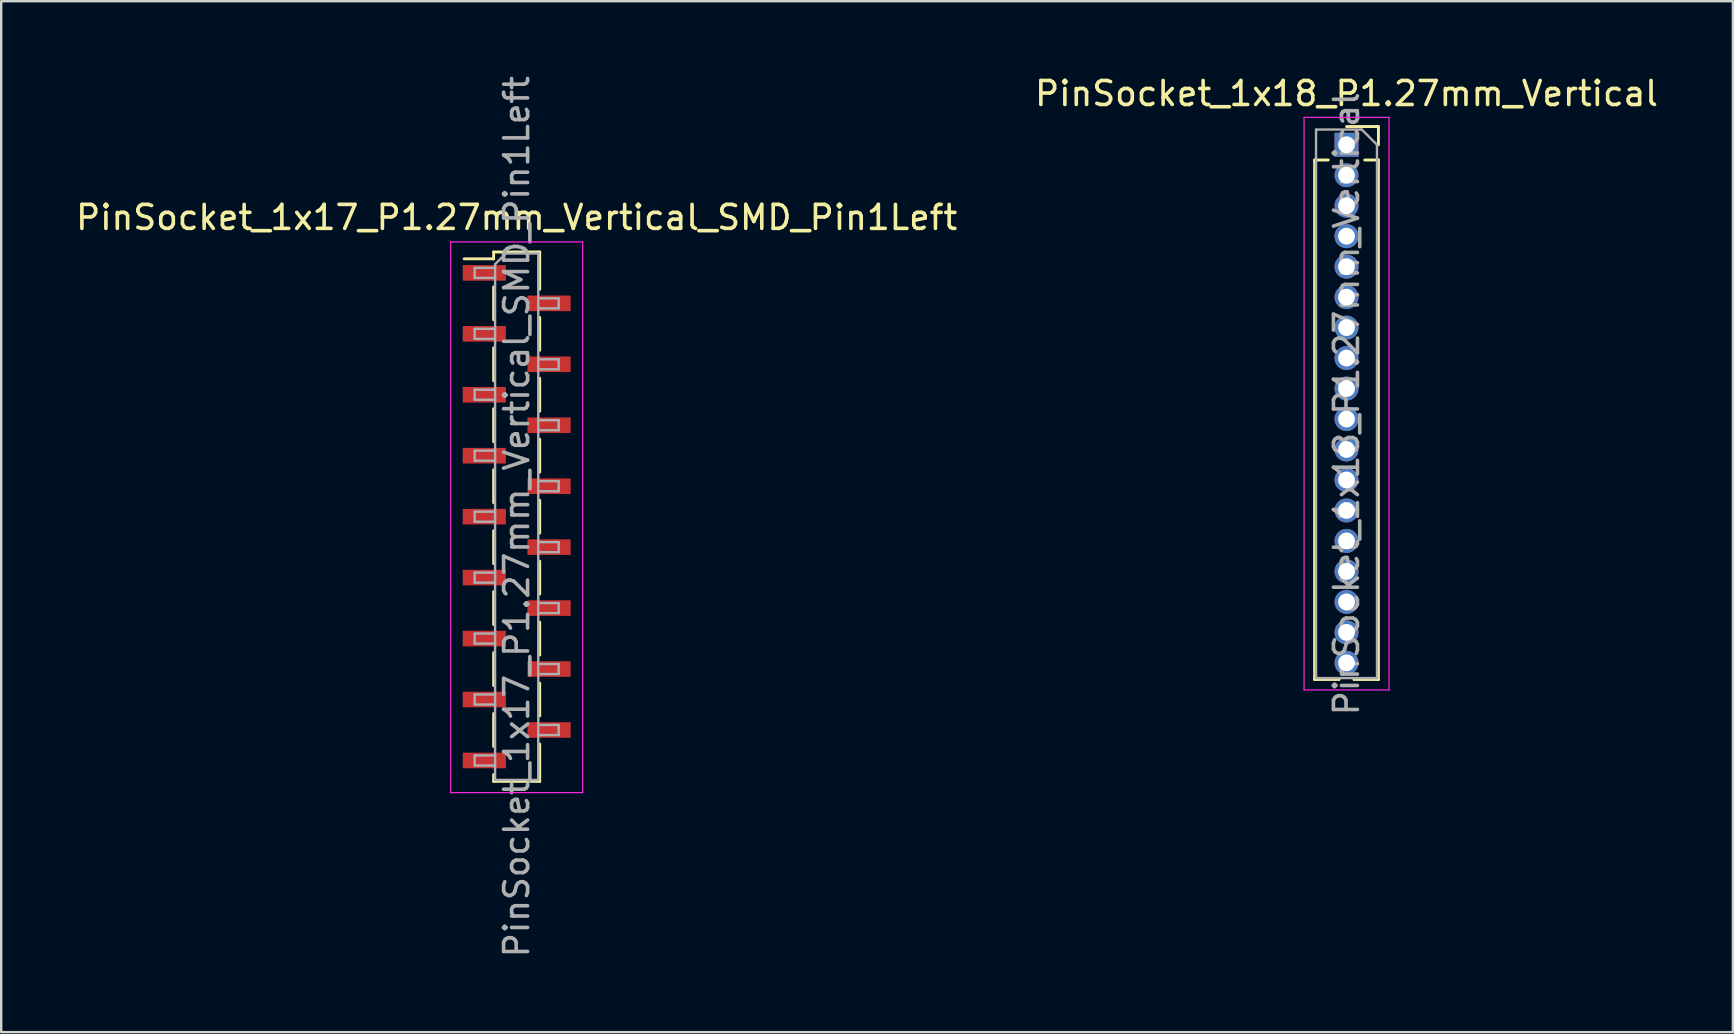
<source format=kicad_pcb>
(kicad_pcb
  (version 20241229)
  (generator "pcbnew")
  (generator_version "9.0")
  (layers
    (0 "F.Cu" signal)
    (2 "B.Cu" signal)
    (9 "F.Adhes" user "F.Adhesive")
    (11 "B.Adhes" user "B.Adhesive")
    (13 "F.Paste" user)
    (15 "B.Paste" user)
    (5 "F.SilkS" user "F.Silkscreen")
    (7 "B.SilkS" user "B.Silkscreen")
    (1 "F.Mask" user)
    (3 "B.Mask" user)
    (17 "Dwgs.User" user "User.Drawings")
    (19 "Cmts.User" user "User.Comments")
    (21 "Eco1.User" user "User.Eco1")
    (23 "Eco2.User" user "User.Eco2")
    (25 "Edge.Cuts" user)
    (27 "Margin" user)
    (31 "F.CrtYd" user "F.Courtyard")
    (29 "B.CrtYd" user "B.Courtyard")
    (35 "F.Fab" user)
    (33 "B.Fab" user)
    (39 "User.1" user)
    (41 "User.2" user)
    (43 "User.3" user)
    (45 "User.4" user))
  (footprint "PinSocket_1x18_P1.27mm_Vertical"
    (layer "F.Cu")
    (at 53.065 2.983)
    (property "Reference" "PinSocket_1x18_P1.27mm_Vertical" (at 0 -2.135 0) (layer "F.SilkS") (effects (font (size 1 1) (thickness 0.15))))
    (attr through_hole)
    (fp_line (start -1.33 0.635) (end -1.33 22.285) (stroke (width 0.12) (type solid)) (layer "F.SilkS"))
    (fp_line (start -1.33 0.635) (end -0.76 0.635) (stroke (width 0.12) (type solid)) (layer "F.SilkS"))
    (fp_line (start -1.33 22.285) (end -0.308 22.285) (stroke (width 0.12) (type solid)) (layer "F.SilkS"))
    (fp_line (start 0 -0.76) (end 1.33 -0.76) (stroke (width 0.12) (type solid)) (layer "F.SilkS"))
    (fp_line (start 0.308 22.285) (end 1.33 22.285) (stroke (width 0.12) (type solid)) (layer "F.SilkS"))
    (fp_line (start 0.76 0.635) (end 1.33 0.635) (stroke (width 0.12) (type solid)) (layer "F.SilkS"))
    (fp_line (start 1.33 -0.76) (end 1.33 0) (stroke (width 0.12) (type solid)) (layer "F.SilkS"))
    (fp_line (start 1.33 0.635) (end 1.33 22.285) (stroke (width 0.12) (type solid)) (layer "F.SilkS"))
    (fp_line (start -1.77 -1.14) (end 1.77 -1.14) (stroke (width 0.05) (type solid)) (layer "F.CrtYd"))
    (fp_line (start -1.77 22.72) (end -1.77 -1.14) (stroke (width 0.05) (type solid)) (layer "F.CrtYd"))
    (fp_line (start 1.77 -1.14) (end 1.77 22.72) (stroke (width 0.05) (type solid)) (layer "F.CrtYd"))
    (fp_line (start 1.77 22.72) (end -1.77 22.72) (stroke (width 0.05) (type solid)) (layer "F.CrtYd"))
    (fp_line (start -1.27 -0.635) (end 0.635 -0.635) (stroke (width 0.1) (type solid)) (layer "F.Fab"))
    (fp_line (start -1.27 22.225) (end -1.27 -0.635) (stroke (width 0.1) (type solid)) (layer "F.Fab"))
    (fp_line (start 0.635 -0.635) (end 1.27 0) (stroke (width 0.1) (type solid)) (layer "F.Fab"))
    (fp_line (start 1.27 0) (end 1.27 22.225) (stroke (width 0.1) (type solid)) (layer "F.Fab"))
    (fp_line (start 1.27 22.225) (end -1.27 22.225) (stroke (width 0.1) (type solid)) (layer "F.Fab"))
    (fp_text user "${REFERENCE}" (at 0 10.795 90) (layer "F.Fab") (effects (font (size 1 1) (thickness 0.15))))
    (pad "1" thru_hole rect (at 0 0) (size 1 1) (drill 0.7) (layers "*.Cu" "*.Mask"))
    (pad "2" thru_hole circle (at 0 1.27) (size 1 1) (drill 0.7) (layers "*.Cu" "*.Mask"))
    (pad "3" thru_hole circle (at 0 2.54) (size 1 1) (drill 0.7) (layers "*.Cu" "*.Mask"))
    (pad "4" thru_hole circle (at 0 3.81) (size 1 1) (drill 0.7) (layers "*.Cu" "*.Mask"))
    (pad "5" thru_hole circle (at 0 5.08) (size 1 1) (drill 0.7) (layers "*.Cu" "*.Mask"))
    (pad "6" thru_hole circle (at 0 6.35) (size 1 1) (drill 0.7) (layers "*.Cu" "*.Mask"))
    (pad "7" thru_hole circle (at 0 7.62) (size 1 1) (drill 0.7) (layers "*.Cu" "*.Mask"))
    (pad "8" thru_hole circle (at 0 8.89) (size 1 1) (drill 0.7) (layers "*.Cu" "*.Mask"))
    (pad "9" thru_hole circle (at 0 10.16) (size 1 1) (drill 0.7) (layers "*.Cu" "*.Mask"))
    (pad "10" thru_hole circle (at 0 11.43) (size 1 1) (drill 0.7) (layers "*.Cu" "*.Mask"))
    (pad "11" thru_hole circle (at 0 12.7) (size 1 1) (drill 0.7) (layers "*.Cu" "*.Mask"))
    (pad "12" thru_hole circle (at 0 13.97) (size 1 1) (drill 0.7) (layers "*.Cu" "*.Mask"))
    (pad "13" thru_hole circle (at 0 15.24) (size 1 1) (drill 0.7) (layers "*.Cu" "*.Mask"))
    (pad "14" thru_hole circle (at 0 16.51) (size 1 1) (drill 0.7) (layers "*.Cu" "*.Mask"))
    (pad "15" thru_hole circle (at 0 17.78) (size 1 1) (drill 0.7) (layers "*.Cu" "*.Mask"))
    (pad "16" thru_hole circle (at 0 19.05) (size 1 1) (drill 0.7) (layers "*.Cu" "*.Mask"))
    (pad "17" thru_hole circle (at 0 20.32) (size 1 1) (drill 0.7) (layers "*.Cu" "*.Mask"))
    (pad "18" thru_hole circle (at 0 21.59) (size 1 1) (drill 0.7) (layers "*.Cu" "*.Mask")))
  (footprint "PinSocket_1x17_P1.27mm_Vertical_SMD_Pin1Left"
    (layer "F.Cu")
    (at 18.482 18.482)
    (property "Reference" "PinSocket_1x17_P1.27mm_Vertical_SMD_Pin1Left" (at 0 -12.47 0) (layer "F.SilkS") (effects (font (size 1 1) (thickness 0.15))))
    (attr smd)
    (fp_line (start -2.19 -10.745) (end -0.96 -10.745) (stroke (width 0.12) (type solid)) (layer "F.SilkS"))
    (fp_line (start -0.96 -11.03) (end -0.96 -10.745) (stroke (width 0.12) (type solid)) (layer "F.SilkS"))
    (fp_line (start -0.96 -11.03) (end 0.96 -11.03) (stroke (width 0.12) (type solid)) (layer "F.SilkS"))
    (fp_line (start -0.96 -9.575) (end -0.96 -8.205) (stroke (width 0.12) (type solid)) (layer "F.SilkS"))
    (fp_line (start -0.96 -7.035) (end -0.96 -5.665) (stroke (width 0.12) (type solid)) (layer "F.SilkS"))
    (fp_line (start -0.96 -4.495) (end -0.96 -3.125) (stroke (width 0.12) (type solid)) (layer "F.SilkS"))
    (fp_line (start -0.96 -1.955) (end -0.96 -0.585) (stroke (width 0.12) (type solid)) (layer "F.SilkS"))
    (fp_line (start -0.96 0.585) (end -0.96 1.955) (stroke (width 0.12) (type solid)) (layer "F.SilkS"))
    (fp_line (start -0.96 3.125) (end -0.96 4.495) (stroke (width 0.12) (type solid)) (layer "F.SilkS"))
    (fp_line (start -0.96 5.665) (end -0.96 7.035) (stroke (width 0.12) (type solid)) (layer "F.SilkS"))
    (fp_line (start -0.96 8.205) (end -0.96 9.575) (stroke (width 0.12) (type solid)) (layer "F.SilkS"))
    (fp_line (start -0.96 10.745) (end -0.96 11.03) (stroke (width 0.12) (type solid)) (layer "F.SilkS"))
    (fp_line (start -0.96 11.03) (end 0.96 11.03) (stroke (width 0.12) (type solid)) (layer "F.SilkS"))
    (fp_line (start 0.96 -11.03) (end 0.96 -9.475) (stroke (width 0.12) (type solid)) (layer "F.SilkS"))
    (fp_line (start 0.96 -8.305) (end 0.96 -6.935) (stroke (width 0.12) (type solid)) (layer "F.SilkS"))
    (fp_line (start 0.96 -5.765) (end 0.96 -4.395) (stroke (width 0.12) (type solid)) (layer "F.SilkS"))
    (fp_line (start 0.96 -3.225) (end 0.96 -1.855) (stroke (width 0.12) (type solid)) (layer "F.SilkS"))
    (fp_line (start 0.96 -0.685) (end 0.96 0.685) (stroke (width 0.12) (type solid)) (layer "F.SilkS"))
    (fp_line (start 0.96 1.855) (end 0.96 3.225) (stroke (width 0.12) (type solid)) (layer "F.SilkS"))
    (fp_line (start 0.96 4.395) (end 0.96 5.765) (stroke (width 0.12) (type solid)) (layer "F.SilkS"))
    (fp_line (start 0.96 6.935) (end 0.96 8.305) (stroke (width 0.12) (type solid)) (layer "F.SilkS"))
    (fp_line (start 0.96 9.475) (end 0.96 11.03) (stroke (width 0.12) (type solid)) (layer "F.SilkS"))
    (fp_line (start -2.75 -11.45) (end 2.75 -11.45) (stroke (width 0.05) (type solid)) (layer "F.CrtYd"))
    (fp_line (start -2.75 11.5) (end -2.75 -11.45) (stroke (width 0.05) (type solid)) (layer "F.CrtYd"))
    (fp_line (start 2.75 -11.45) (end 2.75 11.5) (stroke (width 0.05) (type solid)) (layer "F.CrtYd"))
    (fp_line (start 2.75 11.5) (end -2.75 11.5) (stroke (width 0.05) (type solid)) (layer "F.CrtYd"))
    (fp_line (start -1.75 -10.37) (end -0.9 -10.37) (stroke (width 0.1) (type solid)) (layer "F.Fab"))
    (fp_line (start -1.75 -9.95) (end -1.75 -10.37) (stroke (width 0.1) (type solid)) (layer "F.Fab"))
    (fp_line (start -1.75 -7.83) (end -0.9 -7.83) (stroke (width 0.1) (type solid)) (layer "F.Fab"))
    (fp_line (start -1.75 -7.41) (end -1.75 -7.83) (stroke (width 0.1) (type solid)) (layer "F.Fab"))
    (fp_line (start -1.75 -5.29) (end -0.9 -5.29) (stroke (width 0.1) (type solid)) (layer "F.Fab"))
    (fp_line (start -1.75 -4.87) (end -1.75 -5.29) (stroke (width 0.1) (type solid)) (layer "F.Fab"))
    (fp_line (start -1.75 -2.75) (end -0.9 -2.75) (stroke (width 0.1) (type solid)) (layer "F.Fab"))
    (fp_line (start -1.75 -2.33) (end -1.75 -2.75) (stroke (width 0.1) (type solid)) (layer "F.Fab"))
    (fp_line (start -1.75 -0.21) (end -0.9 -0.21) (stroke (width 0.1) (type solid)) (layer "F.Fab"))
    (fp_line (start -1.75 0.21) (end -1.75 -0.21) (stroke (width 0.1) (type solid)) (layer "F.Fab"))
    (fp_line (start -1.75 2.33) (end -0.9 2.33) (stroke (width 0.1) (type solid)) (layer "F.Fab"))
    (fp_line (start -1.75 2.75) (end -1.75 2.33) (stroke (width 0.1) (type solid)) (layer "F.Fab"))
    (fp_line (start -1.75 4.87) (end -0.9 4.87) (stroke (width 0.1) (type solid)) (layer "F.Fab"))
    (fp_line (start -1.75 5.29) (end -1.75 4.87) (stroke (width 0.1) (type solid)) (layer "F.Fab"))
    (fp_line (start -1.75 7.41) (end -0.9 7.41) (stroke (width 0.1) (type solid)) (layer "F.Fab"))
    (fp_line (start -1.75 7.83) (end -1.75 7.41) (stroke (width 0.1) (type solid)) (layer "F.Fab"))
    (fp_line (start -1.75 9.95) (end -0.9 9.95) (stroke (width 0.1) (type solid)) (layer "F.Fab"))
    (fp_line (start -1.75 10.37) (end -1.75 9.95) (stroke (width 0.1) (type solid)) (layer "F.Fab"))
    (fp_line (start -0.9 -10.52) (end -0.45 -10.97) (stroke (width 0.1) (type solid)) (layer "F.Fab"))
    (fp_line (start -0.9 -9.95) (end -1.75 -9.95) (stroke (width 0.1) (type solid)) (layer "F.Fab"))
    (fp_line (start -0.9 -7.41) (end -1.75 -7.41) (stroke (width 0.1) (type solid)) (layer "F.Fab"))
    (fp_line (start -0.9 -4.87) (end -1.75 -4.87) (stroke (width 0.1) (type solid)) (layer "F.Fab"))
    (fp_line (start -0.9 -2.33) (end -1.75 -2.33) (stroke (width 0.1) (type solid)) (layer "F.Fab"))
    (fp_line (start -0.9 0.21) (end -1.75 0.21) (stroke (width 0.1) (type solid)) (layer "F.Fab"))
    (fp_line (start -0.9 2.75) (end -1.75 2.75) (stroke (width 0.1) (type solid)) (layer "F.Fab"))
    (fp_line (start -0.9 5.29) (end -1.75 5.29) (stroke (width 0.1) (type solid)) (layer "F.Fab"))
    (fp_line (start -0.9 7.83) (end -1.75 7.83) (stroke (width 0.1) (type solid)) (layer "F.Fab"))
    (fp_line (start -0.9 10.37) (end -1.75 10.37) (stroke (width 0.1) (type solid)) (layer "F.Fab"))
    (fp_line (start -0.9 10.97) (end -0.9 -10.52) (stroke (width 0.1) (type solid)) (layer "F.Fab"))
    (fp_line (start -0.45 -10.97) (end 0.9 -10.97) (stroke (width 0.1) (type solid)) (layer "F.Fab"))
    (fp_line (start 0.9 -10.97) (end 0.9 10.97) (stroke (width 0.1) (type solid)) (layer "F.Fab"))
    (fp_line (start 0.9 -9.1) (end 1.75 -9.1) (stroke (width 0.1) (type solid)) (layer "F.Fab"))
    (fp_line (start 0.9 -6.56) (end 1.75 -6.56) (stroke (width 0.1) (type solid)) (layer "F.Fab"))
    (fp_line (start 0.9 -4.02) (end 1.75 -4.02) (stroke (width 0.1) (type solid)) (layer "F.Fab"))
    (fp_line (start 0.9 -1.48) (end 1.75 -1.48) (stroke (width 0.1) (type solid)) (layer "F.Fab"))
    (fp_line (start 0.9 1.06) (end 1.75 1.06) (stroke (width 0.1) (type solid)) (layer "F.Fab"))
    (fp_line (start 0.9 3.6) (end 1.75 3.6) (stroke (width 0.1) (type solid)) (layer "F.Fab"))
    (fp_line (start 0.9 6.14) (end 1.75 6.14) (stroke (width 0.1) (type solid)) (layer "F.Fab"))
    (fp_line (start 0.9 8.68) (end 1.75 8.68) (stroke (width 0.1) (type solid)) (layer "F.Fab"))
    (fp_line (start 0.9 10.97) (end -0.9 10.97) (stroke (width 0.1) (type solid)) (layer "F.Fab"))
    (fp_line (start 1.75 -9.1) (end 1.75 -8.68) (stroke (width 0.1) (type solid)) (layer "F.Fab"))
    (fp_line (start 1.75 -8.68) (end 0.9 -8.68) (stroke (width 0.1) (type solid)) (layer "F.Fab"))
    (fp_line (start 1.75 -6.56) (end 1.75 -6.14) (stroke (width 0.1) (type solid)) (layer "F.Fab"))
    (fp_line (start 1.75 -6.14) (end 0.9 -6.14) (stroke (width 0.1) (type solid)) (layer "F.Fab"))
    (fp_line (start 1.75 -4.02) (end 1.75 -3.6) (stroke (width 0.1) (type solid)) (layer "F.Fab"))
    (fp_line (start 1.75 -3.6) (end 0.9 -3.6) (stroke (width 0.1) (type solid)) (layer "F.Fab"))
    (fp_line (start 1.75 -1.48) (end 1.75 -1.06) (stroke (width 0.1) (type solid)) (layer "F.Fab"))
    (fp_line (start 1.75 -1.06) (end 0.9 -1.06) (stroke (width 0.1) (type solid)) (layer "F.Fab"))
    (fp_line (start 1.75 1.06) (end 1.75 1.48) (stroke (width 0.1) (type solid)) (layer "F.Fab"))
    (fp_line (start 1.75 1.48) (end 0.9 1.48) (stroke (width 0.1) (type solid)) (layer "F.Fab"))
    (fp_line (start 1.75 3.6) (end 1.75 4.02) (stroke (width 0.1) (type solid)) (layer "F.Fab"))
    (fp_line (start 1.75 4.02) (end 0.9 4.02) (stroke (width 0.1) (type solid)) (layer "F.Fab"))
    (fp_line (start 1.75 6.14) (end 1.75 6.56) (stroke (width 0.1) (type solid)) (layer "F.Fab"))
    (fp_line (start 1.75 6.56) (end 0.9 6.56) (stroke (width 0.1) (type solid)) (layer "F.Fab"))
    (fp_line (start 1.75 8.68) (end 1.75 9.1) (stroke (width 0.1) (type solid)) (layer "F.Fab"))
    (fp_line (start 1.75 9.1) (end 0.9 9.1) (stroke (width 0.1) (type solid)) (layer "F.Fab"))
    (fp_text user "${REFERENCE}" (at 0 0 90) (layer "F.Fab") (effects (font (size 1 1) (thickness 0.15))))
    (pad "1" smd rect (at -1.35 -10.16) (size 1.8 0.65) (layers "F.Cu" "F.Mask" "F.Paste"))
    (pad "2" smd rect (at 1.35 -8.89) (size 1.8 0.65) (layers "F.Cu" "F.Mask" "F.Paste"))
    (pad "3" smd rect (at -1.35 -7.62) (size 1.8 0.65) (layers "F.Cu" "F.Mask" "F.Paste"))
    (pad "4" smd rect (at 1.35 -6.35) (size 1.8 0.65) (layers "F.Cu" "F.Mask" "F.Paste"))
    (pad "5" smd rect (at -1.35 -5.08) (size 1.8 0.65) (layers "F.Cu" "F.Mask" "F.Paste"))
    (pad "6" smd rect (at 1.35 -3.81) (size 1.8 0.65) (layers "F.Cu" "F.Mask" "F.Paste"))
    (pad "7" smd rect (at -1.35 -2.54) (size 1.8 0.65) (layers "F.Cu" "F.Mask" "F.Paste"))
    (pad "8" smd rect (at 1.35 -1.27) (size 1.8 0.65) (layers "F.Cu" "F.Mask" "F.Paste"))
    (pad "9" smd rect (at -1.35 0) (size 1.8 0.65) (layers "F.Cu" "F.Mask" "F.Paste"))
    (pad "10" smd rect (at 1.35 1.27) (size 1.8 0.65) (layers "F.Cu" "F.Mask" "F.Paste"))
    (pad "11" smd rect (at -1.35 2.54) (size 1.8 0.65) (layers "F.Cu" "F.Mask" "F.Paste"))
    (pad "12" smd rect (at 1.35 3.81) (size 1.8 0.65) (layers "F.Cu" "F.Mask" "F.Paste"))
    (pad "13" smd rect (at -1.35 5.08) (size 1.8 0.65) (layers "F.Cu" "F.Mask" "F.Paste"))
    (pad "14" smd rect (at 1.35 6.35) (size 1.8 0.65) (layers "F.Cu" "F.Mask" "F.Paste"))
    (pad "15" smd rect (at -1.35 7.62) (size 1.8 0.65) (layers "F.Cu" "F.Mask" "F.Paste"))
    (pad "16" smd rect (at 1.35 8.89) (size 1.8 0.65) (layers "F.Cu" "F.Mask" "F.Paste"))
    (pad "17" smd rect (at -1.35 10.16) (size 1.8 0.65) (layers "F.Cu" "F.Mask" "F.Paste")))
  (gr_rect
    (start -3 -3)
    (end 69.167 39.964)
    (stroke (width 0.1) (type default))
    (fill no)
    (layer "Edge.Cuts")))
</source>
